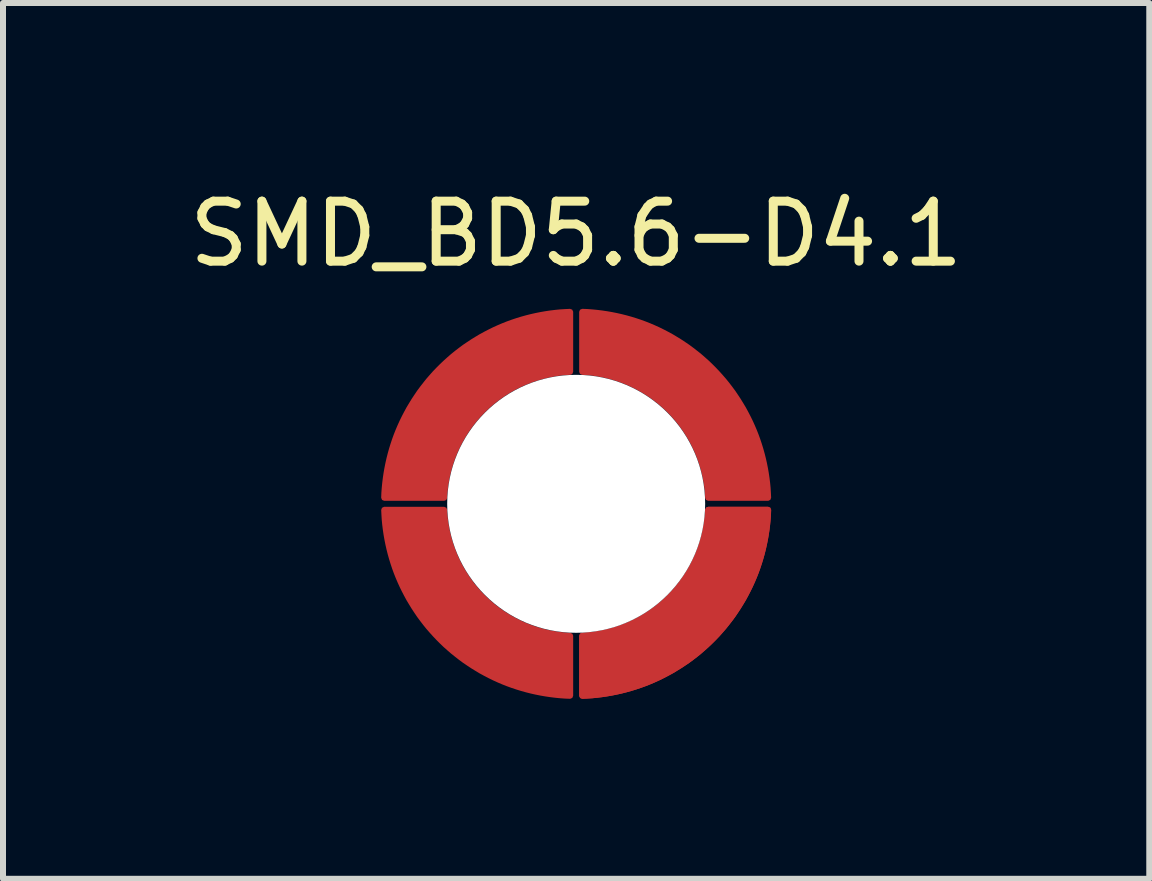
<source format=kicad_pcb>
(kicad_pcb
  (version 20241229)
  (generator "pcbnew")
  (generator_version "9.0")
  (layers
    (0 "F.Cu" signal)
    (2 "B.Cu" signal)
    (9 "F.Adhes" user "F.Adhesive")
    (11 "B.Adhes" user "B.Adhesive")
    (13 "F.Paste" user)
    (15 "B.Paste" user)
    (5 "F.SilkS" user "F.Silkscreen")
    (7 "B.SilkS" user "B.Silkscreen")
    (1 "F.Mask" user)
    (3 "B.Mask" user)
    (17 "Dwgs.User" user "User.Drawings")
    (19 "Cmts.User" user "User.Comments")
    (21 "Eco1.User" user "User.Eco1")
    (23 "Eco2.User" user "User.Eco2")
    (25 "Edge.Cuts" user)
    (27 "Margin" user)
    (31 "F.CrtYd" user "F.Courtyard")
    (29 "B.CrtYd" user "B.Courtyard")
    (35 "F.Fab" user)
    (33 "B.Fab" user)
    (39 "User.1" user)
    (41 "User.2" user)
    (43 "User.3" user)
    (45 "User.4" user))
  (footprint "SMD_BD5.6-D4.1"
    (layer "F.Cu")
    (at 6.554 5.348)
    (property "Reference" "SMD_BD5.6-D4.1" (at 0 -4.5 0) (layer "F.SilkS") (effects (font (size 1 1) (thickness 0.15))))
    (attr smd)
    (pad "" smd custom (at -1.75 -2 90) (size 0.909 0.909) (layers "F.Cu" "F.Mask" "F.Paste") (options (anchor circle)) (primitives (gr_poly (pts (xy 1.2 1.65) (xy 0.2 1.65) (xy 0.196 1.582) (xy 0.19 1.514) (xy 0.182 1.447) (xy 0.171 1.38) (xy 0.159 1.313) (xy 0.144 1.247) (xy 0.128 1.181) (xy 0.109 1.116) (xy 0.089 1.051) (xy 0.066 0.987) (xy 0.042 0.923) (xy 0.016 0.861) (xy -0.013 0.799) (xy -0.043 0.738) (xy -0.075 0.678) (xy -0.109 0.62) (xy -0.145 0.562) (xy -0.182 0.505) (xy -0.222 0.45) (xy -0.262 0.395) (xy -0.305 0.343) (xy -0.349 0.291) (xy -0.395 0.241) (xy -0.442 0.192) (xy -0.491 0.145) (xy -0.541 0.099) (xy -0.593 0.055) (xy -0.646 0.012) (xy -0.7 -0.029) (xy -0.755 -0.068) (xy -0.812 -0.105) (xy -0.87 -0.141) (xy -0.929 -0.175) (xy -0.988 -0.207) (xy -1.049 -0.237) (xy -1.111 -0.266) (xy -1.173 -0.292) (xy -1.237 -0.317) (xy -1.301 -0.339) (xy -1.366 -0.36) (xy -1.431 -0.378) (xy -1.497 -0.395) (xy -1.563 -0.409) (xy -1.63 -0.421) (xy -1.697 -0.432) (xy -1.765 -0.44) (xy -1.832 -0.446) (xy -1.9 -0.45) (xy -1.9 -1.45) (xy -1.818 -1.447) (xy -1.737 -1.441) (xy -1.655 -1.433) (xy -1.574 -1.423) (xy -1.493 -1.411) (xy -1.412 -1.397) (xy -1.332 -1.381) (xy -1.252 -1.363) (xy -1.173 -1.343) (xy -1.094 -1.321) (xy -1.016 -1.297) (xy -0.938 -1.271) (xy -0.861 -1.243) (xy -0.785 -1.213) (xy -0.71 -1.181) (xy -0.635 -1.147) (xy -0.562 -1.111) (xy -0.489 -1.073) (xy -0.417 -1.034) (xy -0.347 -0.992) (xy -0.277 -0.949) (xy -0.209 -0.904) (xy -0.141 -0.858) (xy -0.075 -0.809) (xy -0.011 -0.759) (xy 0.053 -0.708) (xy 0.115 -0.654) (xy 0.176 -0.6) (xy 0.235 -0.543) (xy 0.293 -0.485) (xy 0.349 -0.426) (xy 0.404 -0.365) (xy 0.458 -0.303) (xy 0.509 -0.24) (xy 0.559 -0.175) (xy 0.608 -0.109) (xy 0.654 -0.041) (xy 0.699 0.027) (xy 0.742 0.097) (xy 0.784 0.167) (xy 0.823 0.239) (xy 0.861 0.312) (xy 0.897 0.385) (xy 0.931 0.46) (xy 0.963 0.535) (xy 0.993 0.611) (xy 1.021 0.688) (xy 1.047 0.766) (xy 1.071 0.844) (xy 1.093 0.923) (xy 1.113 1.002) (xy 1.131 1.082) (xy 1.147 1.162) (xy 1.161 1.243) (xy 1.173 1.324) (xy 1.183 1.405) (xy 1.191 1.486) (xy 1.196 1.568) (xy 1.2 1.65)) (width 0.1) (fill yes))))
    (pad "" smd custom (at -1.65 2.102 180) (size 0.853 0.853) (layers "F.Cu" "F.Mask" "F.Paste") (options (anchor circle)) (primitives (gr_poly (pts (xy 1.55 2.002) (xy 0.55 2.002) (xy 0.546 1.934) (xy 0.54 1.866) (xy 0.532 1.799) (xy 0.521 1.732) (xy 0.509 1.665) (xy 0.494 1.599) (xy 0.478 1.533) (xy 0.459 1.468) (xy 0.439 1.403) (xy 0.416 1.339) (xy 0.392 1.275) (xy 0.366 1.213) (xy 0.337 1.151) (xy 0.307 1.09) (xy 0.275 1.03) (xy 0.241 0.972) (xy 0.205 0.914) (xy 0.168 0.857) (xy 0.128 0.802) (xy 0.088 0.747) (xy 0.045 0.695) (xy 0.001 0.643) (xy -0.045 0.593) (xy -0.092 0.544) (xy -0.141 0.497) (xy -0.191 0.451) (xy -0.243 0.407) (xy -0.296 0.364) (xy -0.35 0.323) (xy -0.405 0.284) (xy -0.462 0.247) (xy -0.52 0.211) (xy -0.579 0.177) (xy -0.638 0.145) (xy -0.699 0.115) (xy -0.761 0.086) (xy -0.823 0.06) (xy -0.887 0.035) (xy -0.951 0.013) (xy -1.016 -0.008) (xy -1.081 -0.026) (xy -1.147 -0.043) (xy -1.213 -0.057) (xy -1.28 -0.069) (xy -1.347 -0.08) (xy -1.415 -0.088) (xy -1.482 -0.094) (xy -1.55 -0.098) (xy -1.55 -1.098) (xy -1.468 -1.095) (xy -1.387 -1.089) (xy -1.305 -1.081) (xy -1.224 -1.071) (xy -1.143 -1.059) (xy -1.062 -1.045) (xy -0.982 -1.029) (xy -0.902 -1.011) (xy -0.823 -0.991) (xy -0.744 -0.969) (xy -0.666 -0.945) (xy -0.588 -0.919) (xy -0.511 -0.891) (xy -0.435 -0.861) (xy -0.36 -0.829) (xy -0.285 -0.795) (xy -0.212 -0.759) (xy -0.139 -0.721) (xy -0.067 -0.682) (xy 0.003 -0.64) (xy 0.073 -0.597) (xy 0.141 -0.552) (xy 0.209 -0.506) (xy 0.275 -0.457) (xy 0.339 -0.407) (xy 0.403 -0.356) (xy 0.465 -0.302) (xy 0.526 -0.248) (xy 0.585 -0.191) (xy 0.643 -0.133) (xy 0.699 -0.074) (xy 0.754 -0.013) (xy 0.808 0.049) (xy 0.859 0.112) (xy 0.909 0.177) (xy 0.958 0.243) (xy 1.004 0.311) (xy 1.049 0.379) (xy 1.092 0.449) (xy 1.134 0.519) (xy 1.173 0.591) (xy 1.211 0.664) (xy 1.247 0.737) (xy 1.281 0.812) (xy 1.313 0.887) (xy 1.343 0.963) (xy 1.371 1.04) (xy 1.397 1.118) (xy 1.421 1.196) (xy 1.443 1.275) (xy 1.463 1.354) (xy 1.481 1.434) (xy 1.497 1.514) (xy 1.511 1.595) (xy 1.523 1.676) (xy 1.533 1.757) (xy 1.541 1.838) (xy 1.546 1.92) (xy 1.55 2.002)) (width 0.1) (fill yes))))
    (pad "" np_thru_hole circle (at 0 0) (size 4.3 4.3) (drill 4.3) (layers "*.Cu" "*.Mask"))
    (pad "" smd custom (at 2 -1.75) (size 0.93 0.93) (layers "F.Cu" "F.Mask" "F.Paste") (options (anchor circle)) (primitives (gr_poly (pts (xy 1.2 1.65) (xy 0.2 1.65) (xy 0.196 1.582) (xy 0.19 1.514) (xy 0.182 1.447) (xy 0.171 1.38) (xy 0.159 1.313) (xy 0.144 1.247) (xy 0.128 1.181) (xy 0.109 1.116) (xy 0.089 1.051) (xy 0.066 0.987) (xy 0.042 0.923) (xy 0.016 0.861) (xy -0.013 0.799) (xy -0.043 0.738) (xy -0.075 0.678) (xy -0.109 0.62) (xy -0.145 0.562) (xy -0.182 0.505) (xy -0.222 0.45) (xy -0.262 0.395) (xy -0.305 0.343) (xy -0.349 0.291) (xy -0.395 0.241) (xy -0.442 0.192) (xy -0.491 0.145) (xy -0.541 0.099) (xy -0.593 0.055) (xy -0.646 0.012) (xy -0.7 -0.029) (xy -0.755 -0.068) (xy -0.812 -0.105) (xy -0.87 -0.141) (xy -0.929 -0.175) (xy -0.988 -0.207) (xy -1.049 -0.237) (xy -1.111 -0.266) (xy -1.173 -0.292) (xy -1.237 -0.317) (xy -1.301 -0.339) (xy -1.366 -0.36) (xy -1.431 -0.378) (xy -1.497 -0.395) (xy -1.563 -0.409) (xy -1.63 -0.421) (xy -1.697 -0.432) (xy -1.765 -0.44) (xy -1.832 -0.446) (xy -1.9 -0.45) (xy -1.9 -1.45) (xy -1.818 -1.447) (xy -1.737 -1.441) (xy -1.655 -1.433) (xy -1.574 -1.423) (xy -1.493 -1.411) (xy -1.412 -1.397) (xy -1.332 -1.381) (xy -1.252 -1.363) (xy -1.173 -1.343) (xy -1.094 -1.321) (xy -1.016 -1.297) (xy -0.938 -1.271) (xy -0.861 -1.243) (xy -0.785 -1.213) (xy -0.71 -1.181) (xy -0.635 -1.147) (xy -0.562 -1.111) (xy -0.489 -1.073) (xy -0.417 -1.034) (xy -0.347 -0.992) (xy -0.277 -0.949) (xy -0.209 -0.904) (xy -0.141 -0.858) (xy -0.075 -0.809) (xy -0.011 -0.759) (xy 0.053 -0.708) (xy 0.115 -0.654) (xy 0.176 -0.6) (xy 0.235 -0.543) (xy 0.293 -0.485) (xy 0.349 -0.426) (xy 0.404 -0.365) (xy 0.458 -0.303) (xy 0.509 -0.24) (xy 0.559 -0.175) (xy 0.608 -0.109) (xy 0.654 -0.041) (xy 0.699 0.027) (xy 0.742 0.097) (xy 0.784 0.167) (xy 0.823 0.239) (xy 0.861 0.312) (xy 0.897 0.385) (xy 0.931 0.46) (xy 0.963 0.535) (xy 0.993 0.611) (xy 1.021 0.688) (xy 1.047 0.766) (xy 1.071 0.844) (xy 1.093 0.923) (xy 1.113 1.002) (xy 1.131 1.082) (xy 1.147 1.162) (xy 1.161 1.243) (xy 1.173 1.324) (xy 1.183 1.405) (xy 1.191 1.486) (xy 1.196 1.568) (xy 1.2 1.65)) (width 0.1) (fill yes))))
    (pad "" smd custom (at 2 1.75 270) (size 0.707 0.707) (layers "F.Cu" "F.Mask" "F.Paste") (options (anchor circle)) (primitives (gr_poly (pts (xy 1.45 1.9) (xy 0.45 1.9) (xy 0.446 1.832) (xy 0.44 1.764) (xy 0.432 1.697) (xy 0.421 1.63) (xy 0.409 1.563) (xy 0.394 1.497) (xy 0.378 1.431) (xy 0.359 1.366) (xy 0.339 1.301) (xy 0.316 1.237) (xy 0.292 1.173) (xy 0.266 1.111) (xy 0.237 1.049) (xy 0.207 0.988) (xy 0.175 0.928) (xy 0.141 0.87) (xy 0.105 0.812) (xy 0.068 0.755) (xy 0.028 0.7) (xy -0.012 0.645) (xy -0.055 0.593) (xy -0.099 0.541) (xy -0.145 0.491) (xy -0.192 0.442) (xy -0.241 0.395) (xy -0.291 0.349) (xy -0.343 0.305) (xy -0.396 0.262) (xy -0.45 0.221) (xy -0.505 0.182) (xy -0.562 0.145) (xy -0.62 0.109) (xy -0.679 0.075) (xy -0.738 0.043) (xy -0.799 0.013) (xy -0.861 -0.016) (xy -0.923 -0.042) (xy -0.987 -0.067) (xy -1.051 -0.089) (xy -1.116 -0.11) (xy -1.181 -0.128) (xy -1.247 -0.145) (xy -1.313 -0.159) (xy -1.38 -0.171) (xy -1.447 -0.182) (xy -1.515 -0.19) (xy -1.582 -0.196) (xy -1.65 -0.2) (xy -1.65 -1.2) (xy -1.568 -1.197) (xy -1.487 -1.191) (xy -1.405 -1.183) (xy -1.324 -1.173) (xy -1.243 -1.161) (xy -1.162 -1.147) (xy -1.082 -1.131) (xy -1.002 -1.113) (xy -0.923 -1.093) (xy -0.844 -1.071) (xy -0.766 -1.047) (xy -0.688 -1.021) (xy -0.611 -0.993) (xy -0.535 -0.963) (xy -0.46 -0.931) (xy -0.385 -0.897) (xy -0.312 -0.861) (xy -0.239 -0.823) (xy -0.167 -0.784) (xy -0.097 -0.742) (xy -0.027 -0.699) (xy 0.041 -0.654) (xy 0.109 -0.608) (xy 0.175 -0.559) (xy 0.239 -0.509) (xy 0.303 -0.458) (xy 0.365 -0.404) (xy 0.426 -0.35) (xy 0.485 -0.293) (xy 0.543 -0.235) (xy 0.599 -0.176) (xy 0.654 -0.115) (xy 0.708 -0.053) (xy 0.759 0.01) (xy 0.809 0.075) (xy 0.858 0.141) (xy 0.904 0.209) (xy 0.949 0.277) (xy 0.992 0.347) (xy 1.034 0.417) (xy 1.073 0.489) (xy 1.111 0.562) (xy 1.147 0.635) (xy 1.181 0.71) (xy 1.213 0.785) (xy 1.243 0.861) (xy 1.271 0.938) (xy 1.297 1.016) (xy 1.321 1.094) (xy 1.343 1.173) (xy 1.363 1.252) (xy 1.381 1.332) (xy 1.397 1.412) (xy 1.411 1.493) (xy 1.423 1.574) (xy 1.433 1.655) (xy 1.441 1.736) (xy 1.446 1.818) (xy 1.45 1.9)) (width 0.1) (fill yes))))
    (pad "" smd custom (at 2 1.75 270) (size 0.707 0.707) (layers "F.Cu" "F.Mask" "F.Paste") (options (anchor circle)) (primitives (gr_poly (pts (xy 1.45 1.9) (xy 0.45 1.9) (xy 0.446 1.832) (xy 0.44 1.764) (xy 0.432 1.697) (xy 0.421 1.63) (xy 0.409 1.563) (xy 0.394 1.497) (xy 0.378 1.431) (xy 0.359 1.366) (xy 0.339 1.301) (xy 0.316 1.237) (xy 0.292 1.173) (xy 0.266 1.111) (xy 0.237 1.049) (xy 0.207 0.988) (xy 0.175 0.928) (xy 0.141 0.87) (xy 0.105 0.812) (xy 0.068 0.755) (xy 0.028 0.7) (xy -0.012 0.645) (xy -0.055 0.593) (xy -0.099 0.541) (xy -0.145 0.491) (xy -0.192 0.442) (xy -0.241 0.395) (xy -0.291 0.349) (xy -0.343 0.305) (xy -0.396 0.262) (xy -0.45 0.221) (xy -0.505 0.182) (xy -0.562 0.145) (xy -0.62 0.109) (xy -0.679 0.075) (xy -0.738 0.043) (xy -0.799 0.013) (xy -0.861 -0.016) (xy -0.923 -0.042) (xy -0.987 -0.067) (xy -1.051 -0.089) (xy -1.116 -0.11) (xy -1.181 -0.128) (xy -1.247 -0.145) (xy -1.313 -0.159) (xy -1.38 -0.171) (xy -1.447 -0.182) (xy -1.515 -0.19) (xy -1.582 -0.196) (xy -1.65 -0.2) (xy -1.65 -1.2) (xy -1.568 -1.197) (xy -1.487 -1.191) (xy -1.405 -1.183) (xy -1.324 -1.173) (xy -1.243 -1.161) (xy -1.162 -1.147) (xy -1.082 -1.131) (xy -1.002 -1.113) (xy -0.923 -1.093) (xy -0.844 -1.071) (xy -0.766 -1.047) (xy -0.688 -1.021) (xy -0.611 -0.993) (xy -0.535 -0.963) (xy -0.46 -0.931) (xy -0.385 -0.897) (xy -0.312 -0.861) (xy -0.239 -0.823) (xy -0.167 -0.784) (xy -0.097 -0.742) (xy -0.027 -0.699) (xy 0.041 -0.654) (xy 0.109 -0.608) (xy 0.175 -0.559) (xy 0.239 -0.509) (xy 0.303 -0.458) (xy 0.365 -0.404) (xy 0.426 -0.35) (xy 0.485 -0.293) (xy 0.543 -0.235) (xy 0.599 -0.176) (xy 0.654 -0.115) (xy 0.708 -0.053) (xy 0.759 0.01) (xy 0.809 0.075) (xy 0.858 0.141) (xy 0.904 0.209) (xy 0.949 0.277) (xy 0.992 0.347) (xy 1.034 0.417) (xy 1.073 0.489) (xy 1.111 0.562) (xy 1.147 0.635) (xy 1.181 0.71) (xy 1.213 0.785) (xy 1.243 0.861) (xy 1.271 0.938) (xy 1.297 1.016) (xy 1.321 1.094) (xy 1.343 1.173) (xy 1.363 1.252) (xy 1.381 1.332) (xy 1.397 1.412) (xy 1.411 1.493) (xy 1.423 1.574) (xy 1.433 1.655) (xy 1.441 1.736) (xy 1.446 1.818) (xy 1.45 1.9)) (width 0.1) (fill yes)))))
  (gr_rect
    (start -3 -3)
    (end 16.107 11.598)
    (stroke (width 0.1) (type default))
    (fill no)
    (layer "Edge.Cuts")))
</source>
